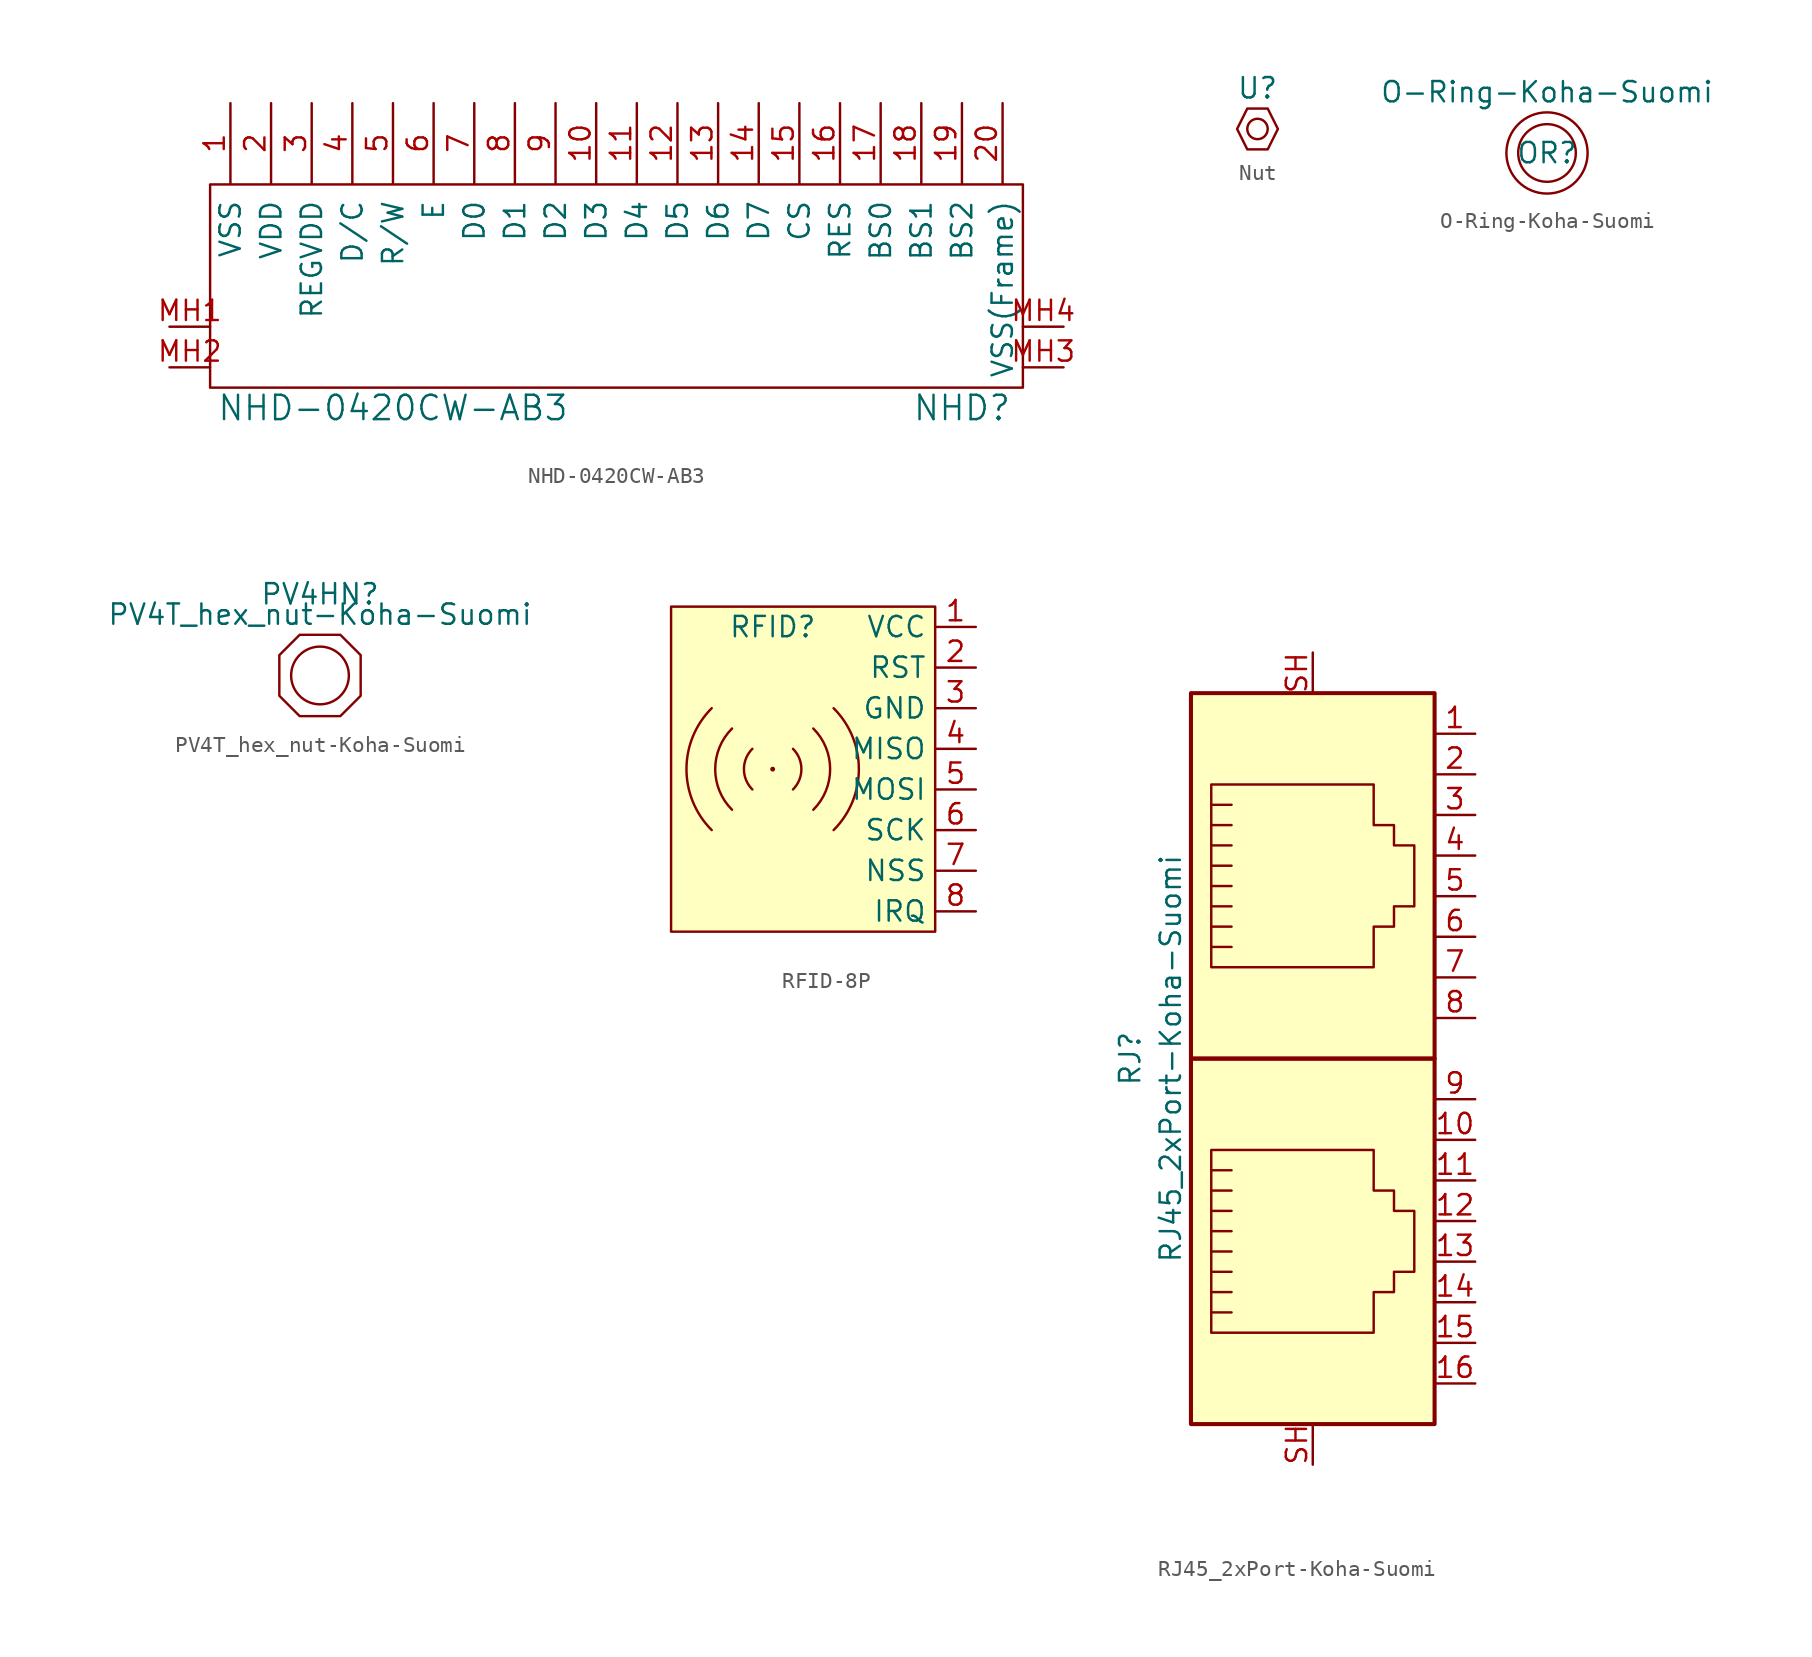
<source format=kicad_sym>
(kicad_symbol_lib
  (version 20220914)
  (generator kicad_symbol_editor)
  (symbol "NHD-0420CW-AB3"
    (pin_names
      (offset 1.016))
    (property "Reference" "NHD"
      (at 30.48 -21.59 0)
      (effects (font (size 1.524 1.524))))
    (property "Value" "NHD-0420CW-AB3"
      (at -5.08 -21.59 0)
      (effects (font (size 1.524 1.524))))
    (symbol "NHD-0420CW-AB3_0_1"
      (rectangle (start -16.51 -7.62) (end 34.29 -20.32) (stroke (width 0) (type solid)) (fill (type none))))
    (symbol "NHD-0420CW-AB3_1_1"
      (pin passive line (at -15.24 -2.54 270) (length 5.004) (name "VSS" (effects (font (size 1.27 1.27)))) (number "1" (effects (font (size 1.27 1.27)))))
      (pin passive line (at 7.62 -2.54 270) (length 5.004) (name "D3" (effects (font (size 1.27 1.27)))) (number "10" (effects (font (size 1.27 1.27)))))
      (pin passive line (at 10.16 -2.54 270) (length 5.004) (name "D4" (effects (font (size 1.27 1.27)))) (number "11" (effects (font (size 1.27 1.27)))))
      (pin passive line (at 12.7 -2.54 270) (length 5.004) (name "D5" (effects (font (size 1.27 1.27)))) (number "12" (effects (font (size 1.27 1.27)))))
      (pin passive line (at 15.24 -2.54 270) (length 5.004) (name "D6" (effects (font (size 1.27 1.27)))) (number "13" (effects (font (size 1.27 1.27)))))
      (pin passive line (at 17.78 -2.54 270) (length 5.004) (name "D7" (effects (font (size 1.27 1.27)))) (number "14" (effects (font (size 1.27 1.27)))))
      (pin passive line (at 20.32 -2.54 270) (length 5.004) (name "CS" (effects (font (size 1.27 1.27)))) (number "15" (effects (font (size 1.27 1.27)))))
      (pin passive line (at 22.86 -2.54 270) (length 5.004) (name "RES" (effects (font (size 1.27 1.27)))) (number "16" (effects (font (size 1.27 1.27)))))
      (pin passive line (at 25.4 -2.54 270) (length 5.004) (name "BS0" (effects (font (size 1.27 1.27)))) (number "17" (effects (font (size 1.27 1.27)))))
      (pin passive line (at 27.94 -2.54 270) (length 5.004) (name "BS1" (effects (font (size 1.27 1.27)))) (number "18" (effects (font (size 1.27 1.27)))))
      (pin passive line (at 30.48 -2.54 270) (length 5.004) (name "BS2" (effects (font (size 1.27 1.27)))) (number "19" (effects (font (size 1.27 1.27)))))
      (pin passive line (at -12.7 -2.54 270) (length 5.004) (name "VDD" (effects (font (size 1.27 1.27)))) (number "2" (effects (font (size 1.27 1.27)))))
      (pin passive line (at 33.02 -2.54 270) (length 5.004) (name "VSS(Frame)" (effects (font (size 1.27 1.27)))) (number "20" (effects (font (size 1.27 1.27)))))
      (pin passive line (at -10.16 -2.54 270) (length 5.004) (name "REGVDD" (effects (font (size 1.27 1.27)))) (number "3" (effects (font (size 1.27 1.27)))))
      (pin passive line (at -7.62 -2.54 270) (length 5.004) (name "D/C" (effects (font (size 1.27 1.27)))) (number "4" (effects (font (size 1.27 1.27)))))
      (pin passive line (at -5.08 -2.54 270) (length 5.004) (name "R/W" (effects (font (size 1.27 1.27)))) (number "5" (effects (font (size 1.27 1.27)))))
      (pin passive line (at -2.54 -2.54 270) (length 5.004) (name "E" (effects (font (size 1.27 1.27)))) (number "6" (effects (font (size 1.27 1.27)))))
      (pin passive line (at 0 -2.54 270) (length 5.004) (name "D0" (effects (font (size 1.27 1.27)))) (number "7" (effects (font (size 1.27 1.27)))))
      (pin passive line (at 2.54 -2.54 270) (length 5.004) (name "D1" (effects (font (size 1.27 1.27)))) (number "8" (effects (font (size 1.27 1.27)))))
      (pin passive line (at 5.08 -2.54 270) (length 5.004) (name "D2" (effects (font (size 1.27 1.27)))) (number "9" (effects (font (size 1.27 1.27)))))
      (pin input line (at -19.05 -16.51 0) (length 2.54) (name "" (effects (font (size 1.27 1.27)))) (number "MH1" (effects (font (size 1.27 1.27)))))
      (pin input line (at -19.05 -19.05 0) (length 2.54) (name "" (effects (font (size 1.27 1.27)))) (number "MH2" (effects (font (size 1.27 1.27)))))
      (pin input line (at 36.83 -19.05 180) (length 2.54) (name "" (effects (font (size 1.27 1.27)))) (number "MH3" (effects (font (size 1.27 1.27)))))
      (pin input line (at 36.83 -16.51 180) (length 2.54) (name "" (effects (font (size 1.27 1.27)))) (number "MH4" (effects (font (size 1.27 1.27)))))))
  (symbol "Nut"
    (property "Reference" "U"
      (at 0 2.54 0)
      (effects (font (size 1.27 1.27))))
    (property "Value" ""
      (at 0 0 0)
      (effects (font (size 1.27 1.27))))
    (symbol "Nut_0_1"
      (polyline (pts (xy -1.27 0) (xy -0.635 1.27) (xy 0.635 1.27) (xy 1.27 0) (xy 0.635 -1.27) (xy -0.635 -1.27) (xy -1.27 0)) (stroke (width 0) (type default)) (fill (type none)))
      (circle (center 0 0) (radius 0.635) (stroke (width 0) (type default)) (fill (type none)))))
  (symbol "O-Ring-Koha-Suomi"
    (pin_names
      (offset 1.016))
    (property "Reference" "OR"
      (at 0 0 0)
      (effects (font (size 1.27 1.27))))
    (property "Value" "O-Ring-Koha-Suomi"
      (at 0 3.81 0)
      (effects (font (size 1.27 1.27))))
    (symbol "O-Ring-Koha-Suomi_0_1"
      (circle (center 0 0) (radius 1.803) (stroke (width 0) (type solid)) (fill (type none)))
      (circle (center 0 0) (radius 2.54) (stroke (width 0) (type solid)) (fill (type none)))))
  (symbol "PV4T_hex_nut-Koha-Suomi"
    (pin_names
      (offset 1.016))
    (property "Reference" "PV4HN"
      (at 0 5.08 0)
      (effects (font (size 1.27 1.27))))
    (property "Value" "PV4T_hex_nut-Koha-Suomi"
      (at 0 3.81 0)
      (effects (font (size 1.27 1.27))))
    (symbol "PV4T_hex_nut-Koha-Suomi_0_1"
      (polyline (pts (xy -1.27 2.54) (xy 1.27 2.54) (xy 2.54 1.27) (xy 2.54 -1.27) (xy 1.27 -2.54) (xy -1.27 -2.54) (xy -2.54 -1.27) (xy -2.54 1.27) (xy -1.27 2.54)) (stroke (width 0) (type solid)) (fill (type none)))
      (circle (center 0 0) (radius 1.803) (stroke (width 0) (type solid)) (fill (type none)))))
  (symbol "RFID-8P"
    (property "Reference" "RFID"
      (at 0 3.81 0)
      (effects (font (size 1.27 1.27))))
    (symbol "RFID-8P_0_1"
      (arc (start -3.8099 -1.27) (mid -5.388 -5.08) (end -3.8099 -8.89) (stroke (width 0) (type default)) (fill (type none)))
      (arc (start -2.5399 -2.54) (mid -3.592 -5.08) (end -2.5399 -7.62) (stroke (width 0) (type default)) (fill (type none)))
      (arc (start -1.2699 -3.81) (mid -1.7959 -5.08) (end -1.2699 -6.35) (stroke (width 0) (type default)) (fill (type none)))
      (circle (center 0.0001 -5.08) (radius 0.0001) (stroke (width 0) (type default)) (fill (type none)))
      (polyline (pts (xy 0.0001 -5.08) (xy 0.0001 -5.08)) (stroke (width 0) (type default)) (fill (type none)))
      (arc (start 1.2701 -6.35) (mid 1.7961 -5.08) (end 1.2701 -3.81) (stroke (width 0) (type default)) (fill (type none)))
      (arc (start 2.5401 -7.62) (mid 3.5922 -5.08) (end 2.5401 -2.54) (stroke (width 0) (type default)) (fill (type none)))
      (arc (start 3.8101 -8.89) (mid 5.3882 -5.08) (end 3.8101 -1.27) (stroke (width 0) (type default)) (fill (type none))))
    (symbol "RFID-8P_1_1"
      (polyline (pts (xy -6.35 -15.24) (xy -6.35 5.08) (xy 10.16 5.08) (xy 10.16 -15.24) (xy -6.35 -15.24)) (stroke (width 0) (type default)) (fill (type background)))
      (pin passive line (at 12.7 3.81 180) (length 2.54) (name "VCC" (effects (font (size 1.27 1.27)))) (number "1" (effects (font (size 1.27 1.27)))))
      (pin passive line (at 12.7 1.27 180) (length 2.54) (name "RST" (effects (font (size 1.27 1.27)))) (number "2" (effects (font (size 1.27 1.27)))))
      (pin passive line (at 12.7 -1.27 180) (length 2.54) (name "GND" (effects (font (size 1.27 1.27)))) (number "3" (effects (font (size 1.27 1.27)))))
      (pin passive line (at 12.7 -3.81 180) (length 2.54) (name "MISO" (effects (font (size 1.27 1.27)))) (number "4" (effects (font (size 1.27 1.27)))))
      (pin passive line (at 12.7 -6.35 180) (length 2.54) (name "MOSI" (effects (font (size 1.27 1.27)))) (number "5" (effects (font (size 1.27 1.27)))))
      (pin passive line (at 12.7 -8.89 180) (length 2.54) (name "SCK" (effects (font (size 1.27 1.27)))) (number "6" (effects (font (size 1.27 1.27)))))
      (pin passive line (at 12.7 -11.43 180) (length 2.54) (name "NSS" (effects (font (size 1.27 1.27)))) (number "7" (effects (font (size 1.27 1.27)))))
      (pin passive line (at 12.7 -13.97 180) (length 2.54) (name "IRQ" (effects (font (size 1.27 1.27)))) (number "8" (effects (font (size 1.27 1.27)))))))
  (symbol "RJ45_2xPort-Koha-Suomi"
    (pin_names
      (offset 1.016))
    (property "Reference" "RJ"
      (at 7.62 8.89 90)
      (effects (font (size 1.27 1.27))))
    (property "Value" "RJ45_2xPort-Koha-Suomi"
      (at 10.16 8.89 90)
      (effects (font (size 1.27 1.27))))
    (symbol "RJ45_2xPort-Koha-Suomi_1_1"
      (polyline (pts (xy 13.97 0.635) (xy 12.7 0.635)) (stroke (width 0) (type solid)) (fill (type none)))
      (polyline (pts (xy 13.97 1.905) (xy 12.7 1.905)) (stroke (width 0) (type solid)) (fill (type none)))
      (polyline (pts (xy 13.97 15.875) (xy 12.7 15.875)) (stroke (width 0) (type solid)) (fill (type none)))
      (polyline (pts (xy 13.97 17.145) (xy 12.7 17.145)) (stroke (width 0) (type solid)) (fill (type none)))
      (polyline (pts (xy 12.7 -6.985) (xy 13.97 -6.985) (xy 13.97 -6.985)) (stroke (width 0) (type solid)) (fill (type none)))
      (polyline (pts (xy 12.7 -5.715) (xy 13.97 -5.715) (xy 13.97 -5.715)) (stroke (width 0) (type solid)) (fill (type none)))
      (polyline (pts (xy 12.7 -4.445) (xy 13.97 -4.445) (xy 13.97 -4.445)) (stroke (width 0) (type solid)) (fill (type none)))
      (polyline (pts (xy 12.7 -3.175) (xy 13.97 -3.175) (xy 13.97 -3.175)) (stroke (width 0) (type solid)) (fill (type none)))
      (polyline (pts (xy 12.7 -1.905) (xy 13.97 -1.905) (xy 13.97 -1.905)) (stroke (width 0) (type solid)) (fill (type none)))
      (polyline (pts (xy 12.7 19.685) (xy 13.97 19.685) (xy 13.97 19.685)) (stroke (width 0) (type solid)) (fill (type none)))
      (polyline (pts (xy 12.7 20.955) (xy 13.97 20.955) (xy 13.97 20.955)) (stroke (width 0) (type solid)) (fill (type none)))
      (polyline (pts (xy 12.7 22.225) (xy 13.97 22.225) (xy 13.97 22.225)) (stroke (width 0) (type solid)) (fill (type none)))
      (polyline (pts (xy 12.7 23.495) (xy 13.97 23.495) (xy 13.97 23.495)) (stroke (width 0) (type solid)) (fill (type none)))
      (polyline (pts (xy 12.7 24.765) (xy 13.97 24.765) (xy 13.97 24.765)) (stroke (width 0) (type solid)) (fill (type none)))
      (polyline (pts (xy 13.97 -0.635) (xy 12.7 -0.635) (xy 12.7 -0.635)) (stroke (width 0) (type solid)) (fill (type none)))
      (polyline (pts (xy 13.97 18.415) (xy 12.7 18.415) (xy 12.7 18.415)) (stroke (width 0) (type solid)) (fill (type none)))
      (polyline (pts (xy 12.7 -8.255) (xy 12.7 3.175) (xy 22.86 3.175) (xy 22.86 0.635) (xy 24.13 0.635) (xy 24.13 -0.635) (xy 25.4 -0.635) (xy 25.4 -4.445) (xy 24.13 -4.445) (xy 24.13 -5.715) (xy 22.86 -5.715) (xy 22.86 -8.255) (xy 12.7 -8.255) (xy 12.7 -8.255)) (stroke (width 0) (type solid)) (fill (type none)))
      (polyline (pts (xy 12.7 26.035) (xy 12.7 14.605) (xy 22.86 14.605) (xy 22.86 17.145) (xy 24.13 17.145) (xy 24.13 18.415) (xy 25.4 18.415) (xy 25.4 22.225) (xy 24.13 22.225) (xy 24.13 23.495) (xy 22.86 23.495) (xy 22.86 26.035) (xy 12.7 26.035) (xy 12.7 26.035)) (stroke (width 0) (type solid)) (fill (type none)))
      (rectangle (start 26.67 8.89) (end 11.43 -13.97) (stroke (width 0.254) (type solid)) (fill (type background)))
      (rectangle (start 26.67 8.89) (end 11.43 31.75) (stroke (width 0.254) (type solid)) (fill (type background)))
      (pin passive line (at 29.21 29.21 180) (length 2.54) (name "~" (effects (font (size 1.27 1.27)))) (number "1" (effects (font (size 1.27 1.27)))))
      (pin passive line (at 29.21 3.81 180) (length 2.54) (name "~" (effects (font (size 1.27 1.27)))) (number "10" (effects (font (size 1.27 1.27)))))
      (pin passive line (at 29.21 1.27 180) (length 2.54) (name "~" (effects (font (size 1.27 1.27)))) (number "11" (effects (font (size 1.27 1.27)))))
      (pin passive line (at 29.21 -1.27 180) (length 2.54) (name "~" (effects (font (size 1.27 1.27)))) (number "12" (effects (font (size 1.27 1.27)))))
      (pin passive line (at 29.21 -3.81 180) (length 2.54) (name "~" (effects (font (size 1.27 1.27)))) (number "13" (effects (font (size 1.27 1.27)))))
      (pin passive line (at 29.21 -6.35 180) (length 2.54) (name "~" (effects (font (size 1.27 1.27)))) (number "14" (effects (font (size 1.27 1.27)))))
      (pin passive line (at 29.21 -8.89 180) (length 2.54) (name "~" (effects (font (size 1.27 1.27)))) (number "15" (effects (font (size 1.27 1.27)))))
      (pin passive line (at 29.21 -11.43 180) (length 2.54) (name "~" (effects (font (size 1.27 1.27)))) (number "16" (effects (font (size 1.27 1.27)))))
      (pin passive line (at 29.21 26.67 180) (length 2.54) (name "~" (effects (font (size 1.27 1.27)))) (number "2" (effects (font (size 1.27 1.27)))))
      (pin passive line (at 29.21 24.13 180) (length 2.54) (name "~" (effects (font (size 1.27 1.27)))) (number "3" (effects (font (size 1.27 1.27)))))
      (pin passive line (at 29.21 21.59 180) (length 2.54) (name "~" (effects (font (size 1.27 1.27)))) (number "4" (effects (font (size 1.27 1.27)))))
      (pin passive line (at 29.21 19.05 180) (length 2.54) (name "~" (effects (font (size 1.27 1.27)))) (number "5" (effects (font (size 1.27 1.27)))))
      (pin passive line (at 29.21 16.51 180) (length 2.54) (name "~" (effects (font (size 1.27 1.27)))) (number "6" (effects (font (size 1.27 1.27)))))
      (pin passive line (at 29.21 13.97 180) (length 2.54) (name "~" (effects (font (size 1.27 1.27)))) (number "7" (effects (font (size 1.27 1.27)))))
      (pin passive line (at 29.21 11.43 180) (length 2.54) (name "~" (effects (font (size 1.27 1.27)))) (number "8" (effects (font (size 1.27 1.27)))))
      (pin passive line (at 29.21 6.35 180) (length 2.54) (name "~" (effects (font (size 1.27 1.27)))) (number "9" (effects (font (size 1.27 1.27)))))
      (pin passive line (at 19.05 -16.51 90) (length 2.54) (name "~" (effects (font (size 1.27 1.27)))) (number "SH" (effects (font (size 1.27 1.27)))))
      (pin passive line (at 19.05 34.29 270) (length 2.54) (name "~" (effects (font (size 1.27 1.27)))) (number "SH" (effects (font (size 1.27 1.27))))))))
</source>
